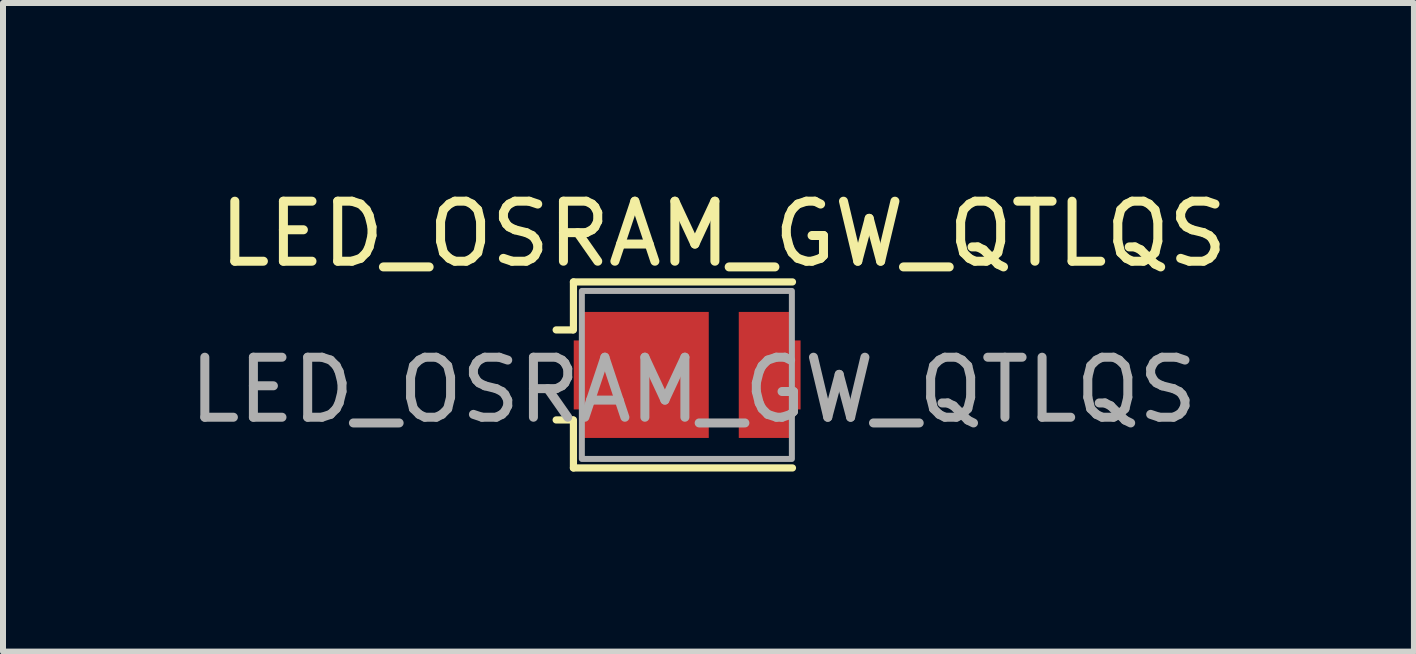
<source format=kicad_pcb>
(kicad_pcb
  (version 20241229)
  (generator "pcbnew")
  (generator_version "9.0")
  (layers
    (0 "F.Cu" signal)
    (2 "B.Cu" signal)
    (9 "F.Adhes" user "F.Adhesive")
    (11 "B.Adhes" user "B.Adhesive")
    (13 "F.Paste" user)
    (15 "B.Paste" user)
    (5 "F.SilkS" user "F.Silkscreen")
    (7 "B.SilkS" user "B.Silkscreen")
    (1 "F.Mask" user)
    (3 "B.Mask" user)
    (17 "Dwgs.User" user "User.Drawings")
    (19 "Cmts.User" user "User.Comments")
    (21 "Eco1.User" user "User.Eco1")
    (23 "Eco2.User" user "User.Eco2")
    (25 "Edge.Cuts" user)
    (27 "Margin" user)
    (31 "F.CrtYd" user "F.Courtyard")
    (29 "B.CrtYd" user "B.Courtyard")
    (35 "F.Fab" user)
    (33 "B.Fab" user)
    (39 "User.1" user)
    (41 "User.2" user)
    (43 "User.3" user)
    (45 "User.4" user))
  (footprint "LED_OSRAM_GW_QTLQS"
    (layer "F.Cu")
    (at 9.006 3.198)
    (property "Reference" "LED_OSRAM_GW_QTLQS" (at 0 -2.35 0) (unlocked yes) (layer "F.SilkS") (effects (font (size 1 1) (thickness 0.15))))
    (attr smd)
    (fp_line (start -2.513 -0.75) (end -2.788 -0.75) (stroke (width 0.12) (type solid)) (layer "F.SilkS"))
    (fp_line (start -2.513 0.75) (end -2.788 0.75) (stroke (width 0.12) (type solid)) (layer "F.SilkS"))
    (fp_line (start -2.5 -1.55) (end -2.5 -0.75) (stroke (width 0.12) (type solid)) (layer "F.SilkS"))
    (fp_line (start -2.5 0.75) (end -2.5 1.55) (stroke (width 0.12) (type solid)) (layer "F.SilkS"))
    (fp_line (start 1.15 -1.55) (end -2.5 -1.55) (stroke (width 0.12) (type solid)) (layer "F.SilkS"))
    (fp_line (start 1.15 1.55) (end -2.5 1.55) (stroke (width 0.12) (type solid)) (layer "F.SilkS"))
    (fp_rect (start -2.36 -1.4) (end 1.14 1.4) (stroke (width 0.1) (type solid)) (fill no) (layer "F.Fab"))
    (fp_text user "${REFERENCE}" (at -0.5 0.25 0) (unlocked yes) (layer "F.Fab") (effects (font (size 1 1) (thickness 0.15))))
    (pad "1" smd rect (at -2.43 0) (size 0.13 1.15) (layers "F.Cu" "F.Mask" "F.Paste"))
    (pad "1" smd rect (at -1.305 0) (size 2.12 2.1) (layers "F.Cu" "F.Mask" "F.Paste"))
    (pad "2" smd rect (at 0.715 0) (size 0.92 2.1) (layers "F.Cu" "F.Mask" "F.Paste"))
    (pad "3" smd rect (at 1.23 0) (size 0.11 1.15) (layers "F.Cu" "F.Mask" "F.Paste")))
  (gr_rect
    (start -3 -3)
    (end 20.512 7.808)
    (stroke (width 0.1) (type default))
    (fill no)
    (layer "Edge.Cuts")))
</source>
